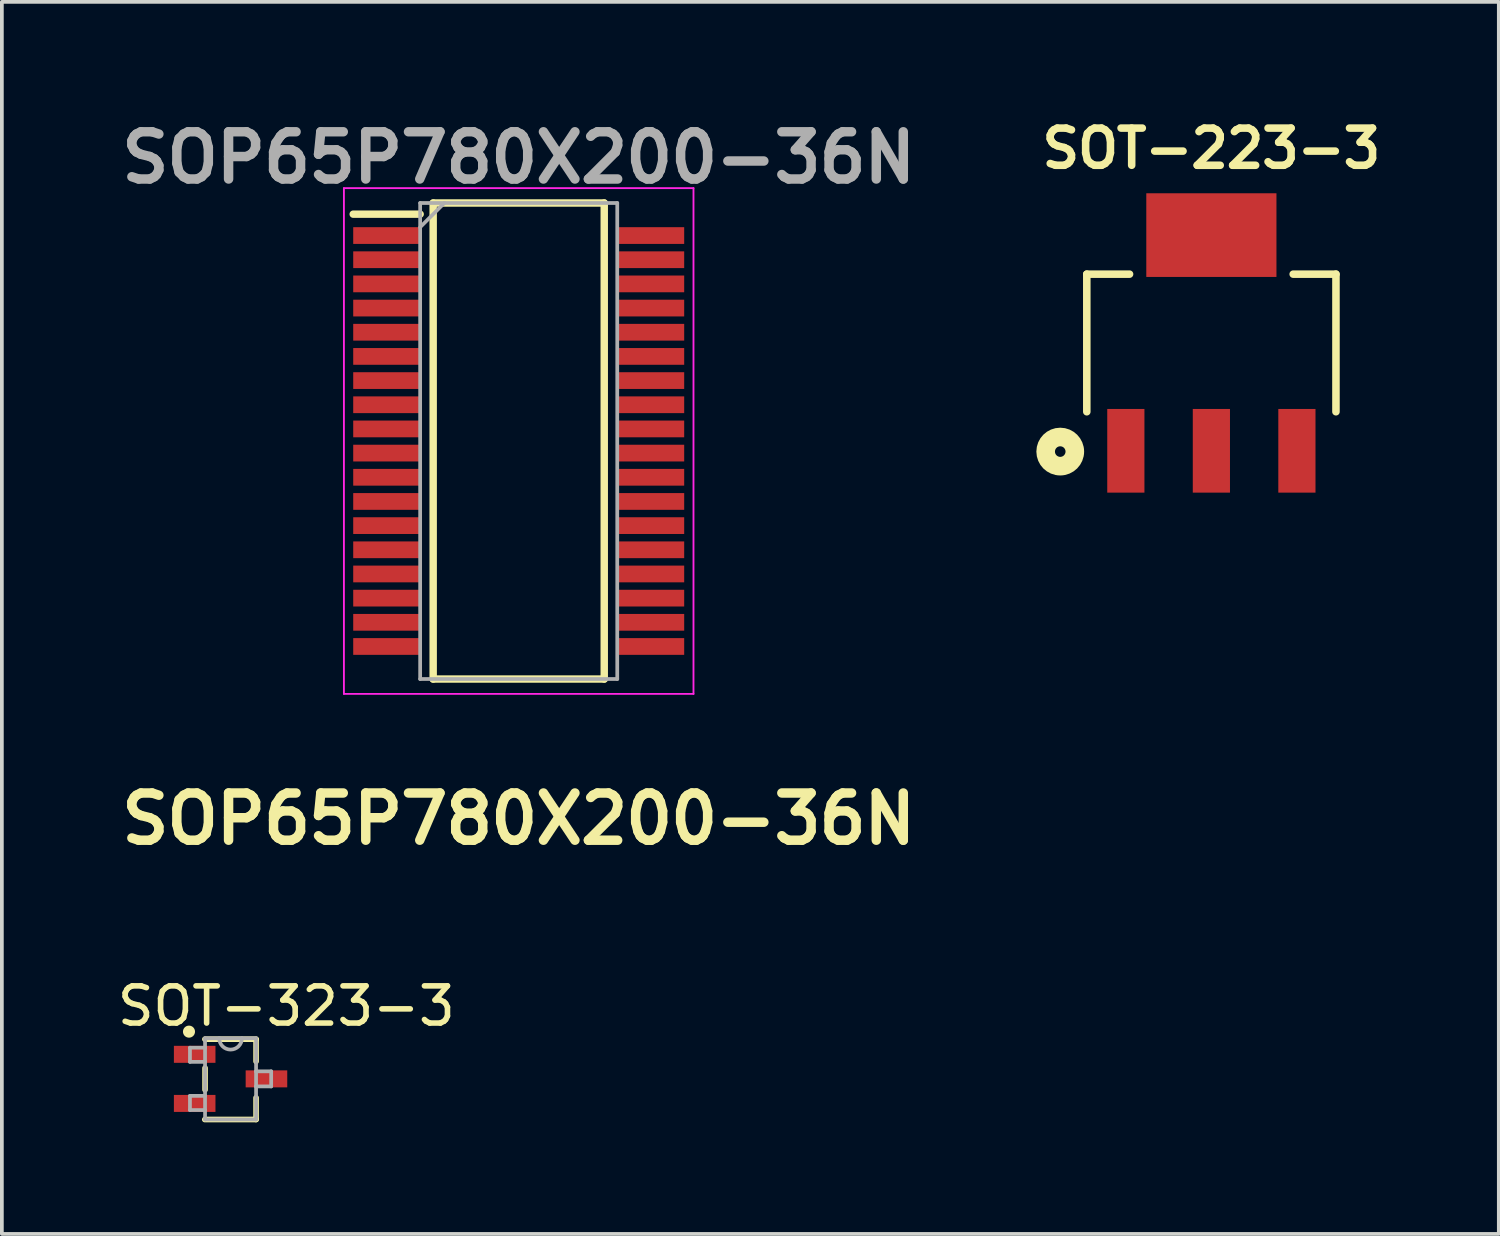
<source format=kicad_pcb>
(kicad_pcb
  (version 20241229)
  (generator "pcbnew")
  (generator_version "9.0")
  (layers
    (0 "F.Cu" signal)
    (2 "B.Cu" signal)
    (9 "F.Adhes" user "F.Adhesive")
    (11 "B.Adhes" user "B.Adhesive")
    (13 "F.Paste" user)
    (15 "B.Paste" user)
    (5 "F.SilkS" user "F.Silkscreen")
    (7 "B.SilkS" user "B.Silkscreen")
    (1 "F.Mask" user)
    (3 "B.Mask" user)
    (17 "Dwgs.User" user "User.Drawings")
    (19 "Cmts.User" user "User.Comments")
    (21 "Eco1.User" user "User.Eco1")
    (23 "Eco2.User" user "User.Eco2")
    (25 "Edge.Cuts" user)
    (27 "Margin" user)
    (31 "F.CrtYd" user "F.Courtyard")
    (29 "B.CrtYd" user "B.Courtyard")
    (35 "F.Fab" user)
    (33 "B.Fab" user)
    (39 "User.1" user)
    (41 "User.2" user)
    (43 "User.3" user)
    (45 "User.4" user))
  (footprint "SOT-223-3"
    (layer "F.Cu")
    (at 29.524 6.172)
    (property "Reference" "SOT-223-3" (at 0 -5.23 0) (layer "F.SilkS") (effects (font (size 1 1) (thickness 0.203))))
    (attr smd)
    (fp_line (start -3.35 -1.85) (end -3.35 1.85) (stroke (width 0.203) (type solid)) (layer "F.SilkS"))
    (fp_line (start -3.35 -1.85) (end -2.2 -1.85) (stroke (width 0.203) (type solid)) (layer "F.SilkS"))
    (fp_line (start 2.2 -1.85) (end 3.35 -1.85) (stroke (width 0.203) (type solid)) (layer "F.SilkS"))
    (fp_line (start 3.35 -1.85) (end 3.35 1.85) (stroke (width 0.203) (type solid)) (layer "F.SilkS"))
    (fp_circle (center -4.064 2.921) (end -4 2.794) (stroke (width 0.5) (type solid)) (fill no) (layer "F.SilkS"))
    (pad "1" smd rect (at -2.3 2.9) (size 1 2.25) (layers "F.Cu" "F.Mask" "F.Paste"))
    (pad "2" smd rect (at 0 2.9) (size 1 2.25) (layers "F.Cu" "F.Mask" "F.Paste"))
    (pad "3" smd rect (at 2.3 2.9) (size 1 2.25) (layers "F.Cu" "F.Mask" "F.Paste"))
    (pad "4" smd rect (at 0 -2.9) (size 3.5 2.25) (layers "F.Cu" "F.Mask" "F.Paste")))
  (footprint "SOT-323-3"
    (layer "F.Cu")
    (at 3.15 25.961)
    (property "Reference" "SOT-323-3" (at 1.499 -1.956 0) (layer "F.SilkS") (effects (font (size 1 1) (thickness 0.15))))
    (attr smd)
    (fp_line (start -0.686 0.292) (end -0.686 -0.292) (stroke (width 0.152) (type solid)) (layer "F.SilkS"))
    (fp_line (start 0.686 -0.47) (end 0.686 -1.054) (stroke (width 0.152) (type solid)) (layer "F.SilkS"))
    (fp_line (start 0.686 1.092) (end -0.693 1.093) (stroke (width 0.152) (type solid)) (layer "F.SilkS"))
    (fp_line (start 0.686 1.092) (end 0.686 0.508) (stroke (width 0.152) (type solid)) (layer "F.SilkS"))
    (fp_line (start 0.69 -1.067) (end -0.69 -1.067) (stroke (width 0.152) (type solid)) (layer "F.SilkS"))
    (fp_circle (center -1.118 -1.27) (end -1.016 -1.27) (stroke (width 0.12) (type solid)) (fill yes) (layer "F.SilkS"))
    (fp_line (start -1.092 -0.838) (end -1.092 -0.457) (stroke (width 0.1) (type solid)) (layer "F.Fab"))
    (fp_line (start -1.092 -0.457) (end -0.686 -0.457) (stroke (width 0.1) (type solid)) (layer "F.Fab"))
    (fp_line (start -1.092 0.457) (end -1.092 0.838) (stroke (width 0.1) (type solid)) (layer "F.Fab"))
    (fp_line (start -1.092 0.838) (end -0.686 0.838) (stroke (width 0.1) (type solid)) (layer "F.Fab"))
    (fp_line (start -0.686 -1.092) (end -0.686 -0.838) (stroke (width 0.1) (type solid)) (layer "F.Fab"))
    (fp_line (start -0.686 -0.838) (end -1.092 -0.838) (stroke (width 0.1) (type solid)) (layer "F.Fab"))
    (fp_line (start -0.686 -0.838) (end -0.686 -0.457) (stroke (width 0.1) (type solid)) (layer "F.Fab"))
    (fp_line (start -0.686 -0.457) (end -0.686 0.457) (stroke (width 0.1) (type solid)) (layer "F.Fab"))
    (fp_line (start -0.686 0.457) (end -1.092 0.457) (stroke (width 0.1) (type solid)) (layer "F.Fab"))
    (fp_line (start -0.686 0.838) (end -0.686 0.457) (stroke (width 0.1) (type solid)) (layer "F.Fab"))
    (fp_line (start -0.686 1.092) (end -0.686 0.838) (stroke (width 0.1) (type solid)) (layer "F.Fab"))
    (fp_line (start -0.686 1.092) (end 0.686 1.092) (stroke (width 0.1) (type solid)) (layer "F.Fab"))
    (fp_line (start -0.305 -1.092) (end -0.686 -1.092) (stroke (width 0.1) (type solid)) (layer "F.Fab"))
    (fp_line (start 0.305 -1.092) (end -0.305 -1.092) (stroke (width 0.1) (type solid)) (layer "F.Fab"))
    (fp_line (start 0.686 -1.092) (end 0.305 -1.092) (stroke (width 0.1) (type solid)) (layer "F.Fab"))
    (fp_line (start 0.686 -0.203) (end 0.686 -1.092) (stroke (width 0.1) (type solid)) (layer "F.Fab"))
    (fp_line (start 0.686 0.203) (end 0.686 -0.203) (stroke (width 0.1) (type solid)) (layer "F.Fab"))
    (fp_line (start 0.686 0.203) (end 1.092 0.203) (stroke (width 0.1) (type solid)) (layer "F.Fab"))
    (fp_line (start 0.686 1.092) (end 0.686 0.203) (stroke (width 0.1) (type solid)) (layer "F.Fab"))
    (fp_line (start 1.092 -0.203) (end 0.686 -0.203) (stroke (width 0.1) (type solid)) (layer "F.Fab"))
    (fp_line (start 1.092 0.203) (end 1.092 -0.203) (stroke (width 0.1) (type solid)) (layer "F.Fab"))
    (fp_arc (start 0.3048 -1.0922) (mid 0 -0.7874) (end -0.3048 -1.0922) (stroke (width 0.1) (type solid)) (layer "F.Fab"))
    (pad "1" smd rect (at -0.965 -0.66) (size 1.118 0.457) (layers "F.Cu" "F.Mask" "F.Paste"))
    (pad "2" smd rect (at -0.965 0.66) (size 1.118 0.457) (layers "F.Cu" "F.Mask" "F.Paste"))
    (pad "3" smd rect (at 0.965 0) (size 1.118 0.457) (layers "F.Cu" "F.Mask" "F.Paste")))
  (footprint "SOP65P780X200-36N"
    (layer "F.Cu")
    (at 10.898 8.809)
    (property "Reference" "SOP65P780X200-36N" (at 0 10.16 0) (layer "F.SilkS") (effects (font (size 1.27 1.27) (thickness 0.254))))
    (attr smd)
    (fp_line (start -4.45 -6.1) (end -2.65 -6.1) (stroke (width 0.2) (type solid)) (layer "F.SilkS"))
    (fp_line (start -2.3 -6.4) (end 2.3 -6.4) (stroke (width 0.2) (type solid)) (layer "F.SilkS"))
    (fp_line (start -2.3 6.4) (end -2.3 -6.4) (stroke (width 0.2) (type solid)) (layer "F.SilkS"))
    (fp_line (start 2.3 -6.4) (end 2.3 6.4) (stroke (width 0.2) (type solid)) (layer "F.SilkS"))
    (fp_line (start 2.3 6.4) (end -2.3 6.4) (stroke (width 0.2) (type solid)) (layer "F.SilkS"))
    (fp_line (start -4.7 -6.8) (end 4.7 -6.8) (stroke (width 0.05) (type solid)) (layer "F.CrtYd"))
    (fp_line (start -4.7 6.8) (end -4.7 -6.8) (stroke (width 0.05) (type solid)) (layer "F.CrtYd"))
    (fp_line (start 4.7 -6.8) (end 4.7 6.8) (stroke (width 0.05) (type solid)) (layer "F.CrtYd"))
    (fp_line (start 4.7 6.8) (end -4.7 6.8) (stroke (width 0.05) (type solid)) (layer "F.CrtYd"))
    (fp_line (start -2.65 -6.4) (end 2.65 -6.4) (stroke (width 0.1) (type solid)) (layer "F.Fab"))
    (fp_line (start -2.65 -5.75) (end -2 -6.4) (stroke (width 0.1) (type solid)) (layer "F.Fab"))
    (fp_line (start -2.65 6.4) (end -2.65 -6.4) (stroke (width 0.1) (type solid)) (layer "F.Fab"))
    (fp_line (start 2.65 -6.4) (end 2.65 6.4) (stroke (width 0.1) (type solid)) (layer "F.Fab"))
    (fp_line (start 2.65 6.4) (end -2.65 6.4) (stroke (width 0.1) (type solid)) (layer "F.Fab"))
    (fp_text user "${REFERENCE}" (at 0 -7.62 0) (layer "F.Fab") (effects (font (size 1.27 1.27) (thickness 0.254))))
    (pad "1" smd rect (at -3.55 -5.525 90) (size 0.45 1.8) (layers "F.Cu" "F.Mask" "F.Paste"))
    (pad "2" smd rect (at -3.55 -4.875 90) (size 0.45 1.8) (layers "F.Cu" "F.Mask" "F.Paste"))
    (pad "3" smd rect (at -3.55 -4.225 90) (size 0.45 1.8) (layers "F.Cu" "F.Mask" "F.Paste"))
    (pad "4" smd rect (at -3.55 -3.575 90) (size 0.45 1.8) (layers "F.Cu" "F.Mask" "F.Paste"))
    (pad "5" smd rect (at -3.55 -2.925 90) (size 0.45 1.8) (layers "F.Cu" "F.Mask" "F.Paste"))
    (pad "6" smd rect (at -3.55 -2.275 90) (size 0.45 1.8) (layers "F.Cu" "F.Mask" "F.Paste"))
    (pad "7" smd rect (at -3.55 -1.625 90) (size 0.45 1.8) (layers "F.Cu" "F.Mask" "F.Paste"))
    (pad "8" smd rect (at -3.55 -0.975 90) (size 0.45 1.8) (layers "F.Cu" "F.Mask" "F.Paste"))
    (pad "9" smd rect (at -3.55 -0.325 90) (size 0.45 1.8) (layers "F.Cu" "F.Mask" "F.Paste"))
    (pad "10" smd rect (at -3.55 0.325 90) (size 0.45 1.8) (layers "F.Cu" "F.Mask" "F.Paste"))
    (pad "11" smd rect (at -3.55 0.975 90) (size 0.45 1.8) (layers "F.Cu" "F.Mask" "F.Paste"))
    (pad "12" smd rect (at -3.55 1.625 90) (size 0.45 1.8) (layers "F.Cu" "F.Mask" "F.Paste"))
    (pad "13" smd rect (at -3.55 2.275 90) (size 0.45 1.8) (layers "F.Cu" "F.Mask" "F.Paste"))
    (pad "14" smd rect (at -3.55 2.925 90) (size 0.45 1.8) (layers "F.Cu" "F.Mask" "F.Paste"))
    (pad "15" smd rect (at -3.55 3.575 90) (size 0.45 1.8) (layers "F.Cu" "F.Mask" "F.Paste"))
    (pad "16" smd rect (at -3.55 4.225 90) (size 0.45 1.8) (layers "F.Cu" "F.Mask" "F.Paste"))
    (pad "17" smd rect (at -3.55 4.875 90) (size 0.45 1.8) (layers "F.Cu" "F.Mask" "F.Paste"))
    (pad "18" smd rect (at -3.55 5.525 90) (size 0.45 1.8) (layers "F.Cu" "F.Mask" "F.Paste"))
    (pad "19" smd rect (at 3.55 5.525 90) (size 0.45 1.8) (layers "F.Cu" "F.Mask" "F.Paste"))
    (pad "20" smd rect (at 3.55 4.875 90) (size 0.45 1.8) (layers "F.Cu" "F.Mask" "F.Paste"))
    (pad "21" smd rect (at 3.55 4.225 90) (size 0.45 1.8) (layers "F.Cu" "F.Mask" "F.Paste"))
    (pad "22" smd rect (at 3.55 3.575 90) (size 0.45 1.8) (layers "F.Cu" "F.Mask" "F.Paste"))
    (pad "23" smd rect (at 3.55 2.925 90) (size 0.45 1.8) (layers "F.Cu" "F.Mask" "F.Paste"))
    (pad "24" smd rect (at 3.55 2.275 90) (size 0.45 1.8) (layers "F.Cu" "F.Mask" "F.Paste"))
    (pad "25" smd rect (at 3.55 1.625 90) (size 0.45 1.8) (layers "F.Cu" "F.Mask" "F.Paste"))
    (pad "26" smd rect (at 3.55 0.975 90) (size 0.45 1.8) (layers "F.Cu" "F.Mask" "F.Paste"))
    (pad "27" smd rect (at 3.55 0.325 90) (size 0.45 1.8) (layers "F.Cu" "F.Mask" "F.Paste"))
    (pad "28" smd rect (at 3.55 -0.325 90) (size 0.45 1.8) (layers "F.Cu" "F.Mask" "F.Paste"))
    (pad "29" smd rect (at 3.55 -0.975 90) (size 0.45 1.8) (layers "F.Cu" "F.Mask" "F.Paste"))
    (pad "30" smd rect (at 3.55 -1.625 90) (size 0.45 1.8) (layers "F.Cu" "F.Mask" "F.Paste"))
    (pad "31" smd rect (at 3.55 -2.275 90) (size 0.45 1.8) (layers "F.Cu" "F.Mask" "F.Paste"))
    (pad "32" smd rect (at 3.55 -2.925 90) (size 0.45 1.8) (layers "F.Cu" "F.Mask" "F.Paste"))
    (pad "33" smd rect (at 3.55 -3.575 90) (size 0.45 1.8) (layers "F.Cu" "F.Mask" "F.Paste"))
    (pad "34" smd rect (at 3.55 -4.225 90) (size 0.45 1.8) (layers "F.Cu" "F.Mask" "F.Paste"))
    (pad "35" smd rect (at 3.55 -4.875 90) (size 0.45 1.8) (layers "F.Cu" "F.Mask" "F.Paste"))
    (pad "36" smd rect (at 3.55 -5.525 90) (size 0.45 1.8) (layers "F.Cu" "F.Mask" "F.Paste")))
  (gr_rect
    (start -3 -3)
    (end 37.253 30.13)
    (stroke (width 0.1) (type default))
    (fill no)
    (layer "Edge.Cuts")))
</source>
